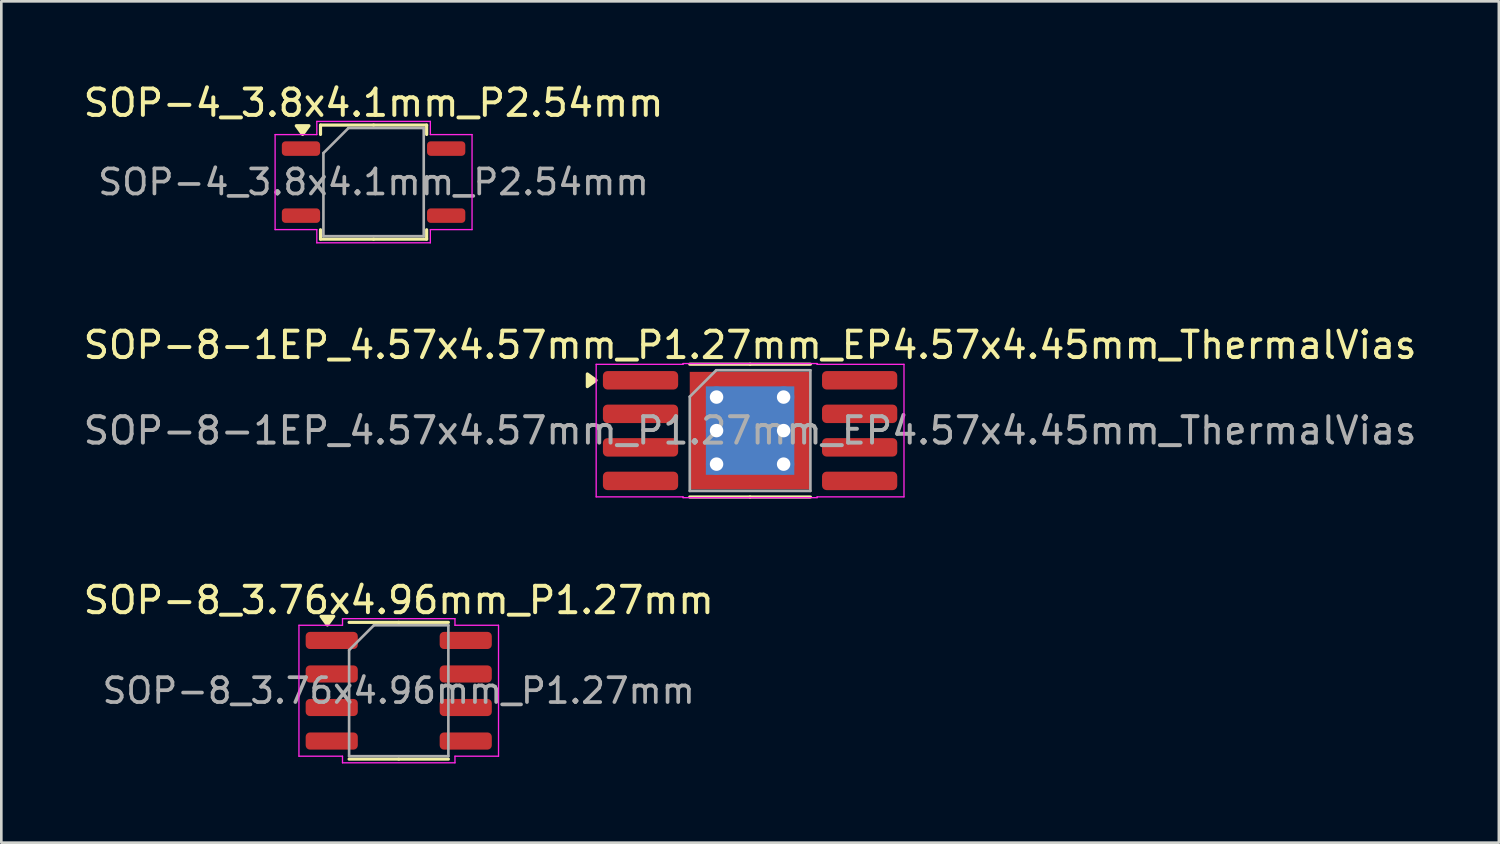
<source format=kicad_pcb>
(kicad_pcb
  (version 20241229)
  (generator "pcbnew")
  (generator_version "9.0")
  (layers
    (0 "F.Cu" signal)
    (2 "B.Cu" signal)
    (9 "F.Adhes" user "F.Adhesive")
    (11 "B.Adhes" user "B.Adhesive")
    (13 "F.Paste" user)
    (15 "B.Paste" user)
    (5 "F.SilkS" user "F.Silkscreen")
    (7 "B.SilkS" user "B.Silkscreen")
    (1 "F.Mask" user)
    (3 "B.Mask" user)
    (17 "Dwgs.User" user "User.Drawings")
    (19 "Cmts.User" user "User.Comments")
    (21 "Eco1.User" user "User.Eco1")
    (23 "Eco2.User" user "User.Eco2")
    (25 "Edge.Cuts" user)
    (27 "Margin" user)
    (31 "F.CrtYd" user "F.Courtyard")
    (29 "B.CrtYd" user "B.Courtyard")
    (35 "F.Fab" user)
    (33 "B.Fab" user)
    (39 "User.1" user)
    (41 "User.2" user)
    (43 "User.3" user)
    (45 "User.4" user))
  (footprint "SOP-8_3.76x4.96mm_P1.27mm"
    (layer "F.Cu")
    (at 12.054 23.115)
    (property "Reference" "SOP-8_3.76x4.96mm_P1.27mm" (at 0 -3.43 0) (layer "F.SilkS") (effects (font (size 1 1) (thickness 0.15))))
    (attr smd)
    (fp_line (start 0 -2.59) (end -1.88 -2.59) (stroke (width 0.12) (type solid)) (layer "F.SilkS"))
    (fp_line (start 0 -2.59) (end 1.88 -2.59) (stroke (width 0.12) (type solid)) (layer "F.SilkS"))
    (fp_line (start 0 2.59) (end -1.88 2.59) (stroke (width 0.12) (type solid)) (layer "F.SilkS"))
    (fp_line (start 0 2.59) (end 1.88 2.59) (stroke (width 0.12) (type solid)) (layer "F.SilkS"))
    (fp_poly (pts (xy -2.703 -2.49) (xy -2.942 -2.82) (xy -2.462 -2.82)) (stroke (width 0.12) (type solid)) (fill yes) (layer "F.SilkS"))
    (fp_line (start -3.78 -2.48) (end -2.13 -2.48) (stroke (width 0.05) (type solid)) (layer "F.CrtYd"))
    (fp_line (start -3.78 2.48) (end -3.78 -2.48) (stroke (width 0.05) (type solid)) (layer "F.CrtYd"))
    (fp_line (start -2.13 -2.73) (end 2.13 -2.73) (stroke (width 0.05) (type solid)) (layer "F.CrtYd"))
    (fp_line (start -2.13 -2.48) (end -2.13 -2.73) (stroke (width 0.05) (type solid)) (layer "F.CrtYd"))
    (fp_line (start -2.13 2.48) (end -3.78 2.48) (stroke (width 0.05) (type solid)) (layer "F.CrtYd"))
    (fp_line (start -2.13 2.73) (end -2.13 2.48) (stroke (width 0.05) (type solid)) (layer "F.CrtYd"))
    (fp_line (start 2.13 -2.73) (end 2.13 -2.48) (stroke (width 0.05) (type solid)) (layer "F.CrtYd"))
    (fp_line (start 2.13 -2.48) (end 3.78 -2.48) (stroke (width 0.05) (type solid)) (layer "F.CrtYd"))
    (fp_line (start 2.13 2.48) (end 2.13 2.73) (stroke (width 0.05) (type solid)) (layer "F.CrtYd"))
    (fp_line (start 2.13 2.73) (end -2.13 2.73) (stroke (width 0.05) (type solid)) (layer "F.CrtYd"))
    (fp_line (start 3.78 -2.48) (end 3.78 2.48) (stroke (width 0.05) (type solid)) (layer "F.CrtYd"))
    (fp_line (start 3.78 2.48) (end 2.13 2.48) (stroke (width 0.05) (type solid)) (layer "F.CrtYd"))
    (fp_line (start -1.88 -1.54) (end -0.94 -2.48) (stroke (width 0.1) (type solid)) (layer "F.Fab"))
    (fp_line (start -1.88 2.48) (end -1.88 -1.54) (stroke (width 0.1) (type solid)) (layer "F.Fab"))
    (fp_line (start -0.94 -2.48) (end 1.88 -2.48) (stroke (width 0.1) (type solid)) (layer "F.Fab"))
    (fp_line (start 1.88 -2.48) (end 1.88 2.48) (stroke (width 0.1) (type solid)) (layer "F.Fab"))
    (fp_line (start 1.88 2.48) (end -1.88 2.48) (stroke (width 0.1) (type solid)) (layer "F.Fab"))
    (fp_text user "${REFERENCE}" (at 0 0 0) (layer "F.Fab") (effects (font (size 0.94 0.94) (thickness 0.14))))
    (pad "1" smd roundrect (at -2.538 -1.905) (size 1.975 0.65) (layers "F.Cu" "F.Mask" "F.Paste") (roundrect_rratio 0.25))
    (pad "2" smd roundrect (at -2.538 -0.635) (size 1.975 0.65) (layers "F.Cu" "F.Mask" "F.Paste") (roundrect_rratio 0.25))
    (pad "3" smd roundrect (at -2.538 0.635) (size 1.975 0.65) (layers "F.Cu" "F.Mask" "F.Paste") (roundrect_rratio 0.25))
    (pad "4" smd roundrect (at -2.538 1.905) (size 1.975 0.65) (layers "F.Cu" "F.Mask" "F.Paste") (roundrect_rratio 0.25))
    (pad "5" smd roundrect (at 2.538 1.905) (size 1.975 0.65) (layers "F.Cu" "F.Mask" "F.Paste") (roundrect_rratio 0.25))
    (pad "6" smd roundrect (at 2.538 0.635) (size 1.975 0.65) (layers "F.Cu" "F.Mask" "F.Paste") (roundrect_rratio 0.25))
    (pad "7" smd roundrect (at 2.538 -0.635) (size 1.975 0.65) (layers "F.Cu" "F.Mask" "F.Paste") (roundrect_rratio 0.25))
    (pad "8" smd roundrect (at 2.538 -1.905) (size 1.975 0.65) (layers "F.Cu" "F.Mask" "F.Paste") (roundrect_rratio 0.25)))
  (footprint "SOP-8-1EP_4.57x4.57mm_P1.27mm_EP4.57x4.45mm_ThermalVias"
    (layer "F.Cu")
    (at 25.363 13.261)
    (property "Reference" "SOP-8-1EP_4.57x4.57mm_P1.27mm_EP4.57x4.45mm_ThermalVias" (at 0 -3.24 0) (layer "F.SilkS") (effects (font (size 1 1) (thickness 0.15))))
    (attr smd)
    (fp_line (start 0 -2.515) (end -2.285 -2.515) (stroke (width 0.12) (type solid)) (layer "F.SilkS"))
    (fp_line (start 0 -2.515) (end 2.285 -2.515) (stroke (width 0.12) (type solid)) (layer "F.SilkS"))
    (fp_line (start 0 2.515) (end -2.285 2.515) (stroke (width 0.12) (type solid)) (layer "F.SilkS"))
    (fp_line (start 0 2.515) (end 2.285 2.515) (stroke (width 0.12) (type solid)) (layer "F.SilkS"))
    (fp_poly (pts (xy -5.835 -1.905) (xy -6.165 -1.665) (xy -6.165 -2.145)) (stroke (width 0.12) (type solid)) (fill yes) (layer "F.SilkS"))
    (fp_line (start -5.83 -2.51) (end -2.54 -2.51) (stroke (width 0.05) (type solid)) (layer "F.CrtYd"))
    (fp_line (start -5.83 2.51) (end -5.83 -2.51) (stroke (width 0.05) (type solid)) (layer "F.CrtYd"))
    (fp_line (start -2.54 -2.54) (end 2.54 -2.54) (stroke (width 0.05) (type solid)) (layer "F.CrtYd"))
    (fp_line (start -2.54 -2.51) (end -2.54 -2.54) (stroke (width 0.05) (type solid)) (layer "F.CrtYd"))
    (fp_line (start -2.54 2.51) (end -5.83 2.51) (stroke (width 0.05) (type solid)) (layer "F.CrtYd"))
    (fp_line (start -2.54 2.54) (end -2.54 2.51) (stroke (width 0.05) (type solid)) (layer "F.CrtYd"))
    (fp_line (start 2.54 -2.54) (end 2.54 -2.51) (stroke (width 0.05) (type solid)) (layer "F.CrtYd"))
    (fp_line (start 2.54 -2.51) (end 5.83 -2.51) (stroke (width 0.05) (type solid)) (layer "F.CrtYd"))
    (fp_line (start 2.54 2.51) (end 2.54 2.54) (stroke (width 0.05) (type solid)) (layer "F.CrtYd"))
    (fp_line (start 2.54 2.54) (end -2.54 2.54) (stroke (width 0.05) (type solid)) (layer "F.CrtYd"))
    (fp_line (start 5.83 -2.51) (end 5.83 2.51) (stroke (width 0.05) (type solid)) (layer "F.CrtYd"))
    (fp_line (start 5.83 2.51) (end 2.54 2.51) (stroke (width 0.05) (type solid)) (layer "F.CrtYd"))
    (fp_line (start -2.285 -1.285) (end -1.285 -2.285) (stroke (width 0.1) (type solid)) (layer "F.Fab"))
    (fp_line (start -2.285 2.285) (end -2.285 -1.285) (stroke (width 0.1) (type solid)) (layer "F.Fab"))
    (fp_line (start -1.285 -2.285) (end 2.285 -2.285) (stroke (width 0.1) (type solid)) (layer "F.Fab"))
    (fp_line (start 2.285 -2.285) (end 2.285 2.285) (stroke (width 0.1) (type solid)) (layer "F.Fab"))
    (fp_line (start 2.285 2.285) (end -2.285 2.285) (stroke (width 0.1) (type solid)) (layer "F.Fab"))
    (fp_text user "${REFERENCE}" (at 0 0 0) (layer "F.Fab") (effects (font (size 1 1) (thickness 0.15))))
    (pad "" smd roundrect (at -1.14 -1.11) (size 1.91 1.86) (layers "F.Paste") (roundrect_rratio 0.134))
    (pad "" smd roundrect (at -1.14 1.11) (size 1.91 1.86) (layers "F.Paste") (roundrect_rratio 0.134))
    (pad "" smd roundrect (at 1.14 -1.11) (size 1.91 1.86) (layers "F.Paste") (roundrect_rratio 0.134))
    (pad "" smd roundrect (at 1.14 1.11) (size 1.91 1.86) (layers "F.Paste") (roundrect_rratio 0.134))
    (pad "1" smd roundrect (at -4.15 -1.905) (size 2.85 0.7) (layers "F.Cu" "F.Mask" "F.Paste") (roundrect_rratio 0.25))
    (pad "2" smd roundrect (at -4.15 -0.635) (size 2.85 0.7) (layers "F.Cu" "F.Mask" "F.Paste") (roundrect_rratio 0.25))
    (pad "3" smd roundrect (at -4.15 0.635) (size 2.85 0.7) (layers "F.Cu" "F.Mask" "F.Paste") (roundrect_rratio 0.25))
    (pad "4" smd roundrect (at -4.15 1.905) (size 2.85 0.7) (layers "F.Cu" "F.Mask" "F.Paste") (roundrect_rratio 0.25))
    (pad "5" smd roundrect (at 4.15 1.905) (size 2.85 0.7) (layers "F.Cu" "F.Mask" "F.Paste") (roundrect_rratio 0.25))
    (pad "6" smd roundrect (at 4.15 0.635) (size 2.85 0.7) (layers "F.Cu" "F.Mask" "F.Paste") (roundrect_rratio 0.25))
    (pad "7" smd roundrect (at 4.15 -0.635) (size 2.85 0.7) (layers "F.Cu" "F.Mask" "F.Paste") (roundrect_rratio 0.25))
    (pad "8" smd roundrect (at 4.15 -1.905) (size 2.85 0.7) (layers "F.Cu" "F.Mask" "F.Paste") (roundrect_rratio 0.25))
    (pad "9" thru_hole circle (at -1.27 -1.27) (size 0.81 0.81) (drill 0.51) (property pad_prop_heatsink) (layers "*.Cu"))
    (pad "9" thru_hole circle (at -1.27 0) (size 0.81 0.81) (drill 0.51) (property pad_prop_heatsink) (layers "*.Cu"))
    (pad "9" thru_hole circle (at -1.27 1.27) (size 0.81 0.81) (drill 0.51) (property pad_prop_heatsink) (layers "*.Cu"))
    (pad "9" smd rect (at 0 0) (size 3.35 3.35) (property pad_prop_heatsink) (layers "B.Cu"))
    (pad "9" smd rect (at 0 0) (size 4.57 4.45) (property pad_prop_heatsink) (layers "F.Cu" "F.Mask"))
    (pad "9" thru_hole circle (at 1.27 -1.27) (size 0.81 0.81) (drill 0.51) (property pad_prop_heatsink) (layers "*.Cu"))
    (pad "9" thru_hole circle (at 1.27 0) (size 0.81 0.81) (drill 0.51) (property pad_prop_heatsink) (layers "*.Cu"))
    (pad "9" thru_hole circle (at 1.27 1.27) (size 0.81 0.81) (drill 0.51) (property pad_prop_heatsink) (layers "*.Cu")))
  (footprint "SOP-4_3.8x4.1mm_P2.54mm"
    (layer "F.Cu")
    (at 11.101 3.848)
    (property "Reference" "SOP-4_3.8x4.1mm_P2.54mm" (at 0 -3 0) (layer "F.SilkS") (effects (font (size 1 1) (thickness 0.15))))
    (attr smd)
    (fp_line (start -2.01 -2.16) (end -2.01 -1.805) (stroke (width 0.12) (type solid)) (layer "F.SilkS"))
    (fp_line (start -2.01 2.16) (end -2.01 1.805) (stroke (width 0.12) (type solid)) (layer "F.SilkS"))
    (fp_line (start 0 -2.16) (end -2.01 -2.16) (stroke (width 0.12) (type solid)) (layer "F.SilkS"))
    (fp_line (start 0 -2.16) (end 2.01 -2.16) (stroke (width 0.12) (type solid)) (layer "F.SilkS"))
    (fp_line (start 0 2.16) (end -2.01 2.16) (stroke (width 0.12) (type solid)) (layer "F.SilkS"))
    (fp_line (start 0 2.16) (end 2.01 2.16) (stroke (width 0.12) (type solid)) (layer "F.SilkS"))
    (fp_line (start 2.01 -2.16) (end 2.01 -1.805) (stroke (width 0.12) (type solid)) (layer "F.SilkS"))
    (fp_line (start 2.01 2.16) (end 2.01 1.805) (stroke (width 0.12) (type solid)) (layer "F.SilkS"))
    (fp_poly (pts (xy -2.688 -1.805) (xy -2.928 -2.135) (xy -2.447 -2.135)) (stroke (width 0.12) (type solid)) (fill yes) (layer "F.SilkS"))
    (fp_line (start -3.73 -1.8) (end -2.15 -1.8) (stroke (width 0.05) (type solid)) (layer "F.CrtYd"))
    (fp_line (start -3.73 1.8) (end -3.73 -1.8) (stroke (width 0.05) (type solid)) (layer "F.CrtYd"))
    (fp_line (start -2.15 -2.3) (end 2.15 -2.3) (stroke (width 0.05) (type solid)) (layer "F.CrtYd"))
    (fp_line (start -2.15 -1.8) (end -2.15 -2.3) (stroke (width 0.05) (type solid)) (layer "F.CrtYd"))
    (fp_line (start -2.15 1.8) (end -3.73 1.8) (stroke (width 0.05) (type solid)) (layer "F.CrtYd"))
    (fp_line (start -2.15 2.3) (end -2.15 1.8) (stroke (width 0.05) (type solid)) (layer "F.CrtYd"))
    (fp_line (start 2.15 -2.3) (end 2.15 -1.8) (stroke (width 0.05) (type solid)) (layer "F.CrtYd"))
    (fp_line (start 2.15 -1.8) (end 3.73 -1.8) (stroke (width 0.05) (type solid)) (layer "F.CrtYd"))
    (fp_line (start 2.15 1.8) (end 2.15 2.3) (stroke (width 0.05) (type solid)) (layer "F.CrtYd"))
    (fp_line (start 2.15 2.3) (end -2.15 2.3) (stroke (width 0.05) (type solid)) (layer "F.CrtYd"))
    (fp_line (start 3.73 -1.8) (end 3.73 1.8) (stroke (width 0.05) (type solid)) (layer "F.CrtYd"))
    (fp_line (start 3.73 1.8) (end 2.15 1.8) (stroke (width 0.05) (type solid)) (layer "F.CrtYd"))
    (fp_line (start -1.9 -1.1) (end -0.95 -2.05) (stroke (width 0.1) (type solid)) (layer "F.Fab"))
    (fp_line (start -1.9 2.05) (end -1.9 -1.1) (stroke (width 0.1) (type solid)) (layer "F.Fab"))
    (fp_line (start -0.95 -2.05) (end 1.9 -2.05) (stroke (width 0.1) (type solid)) (layer "F.Fab"))
    (fp_line (start 1.9 -2.05) (end 1.9 2.05) (stroke (width 0.1) (type solid)) (layer "F.Fab"))
    (fp_line (start 1.9 2.05) (end -1.9 2.05) (stroke (width 0.1) (type solid)) (layer "F.Fab"))
    (fp_text user "${REFERENCE}" (at 0 0 0) (layer "F.Fab") (effects (font (size 0.95 0.95) (thickness 0.14))))
    (pad "1" smd roundrect (at -2.75 -1.27) (size 1.45 0.55) (layers "F.Cu" "F.Mask" "F.Paste") (roundrect_rratio 0.25))
    (pad "2" smd roundrect (at -2.75 1.27) (size 1.45 0.55) (layers "F.Cu" "F.Mask" "F.Paste") (roundrect_rratio 0.25))
    (pad "3" smd roundrect (at 2.75 1.27) (size 1.45 0.55) (layers "F.Cu" "F.Mask" "F.Paste") (roundrect_rratio 0.25))
    (pad "4" smd roundrect (at 2.75 -1.27) (size 1.45 0.55) (layers "F.Cu" "F.Mask" "F.Paste") (roundrect_rratio 0.25)))
  (gr_rect
    (start -3 -3)
    (end 53.726 28.87)
    (stroke (width 0.1) (type default))
    (fill no)
    (layer "Edge.Cuts")))
</source>
